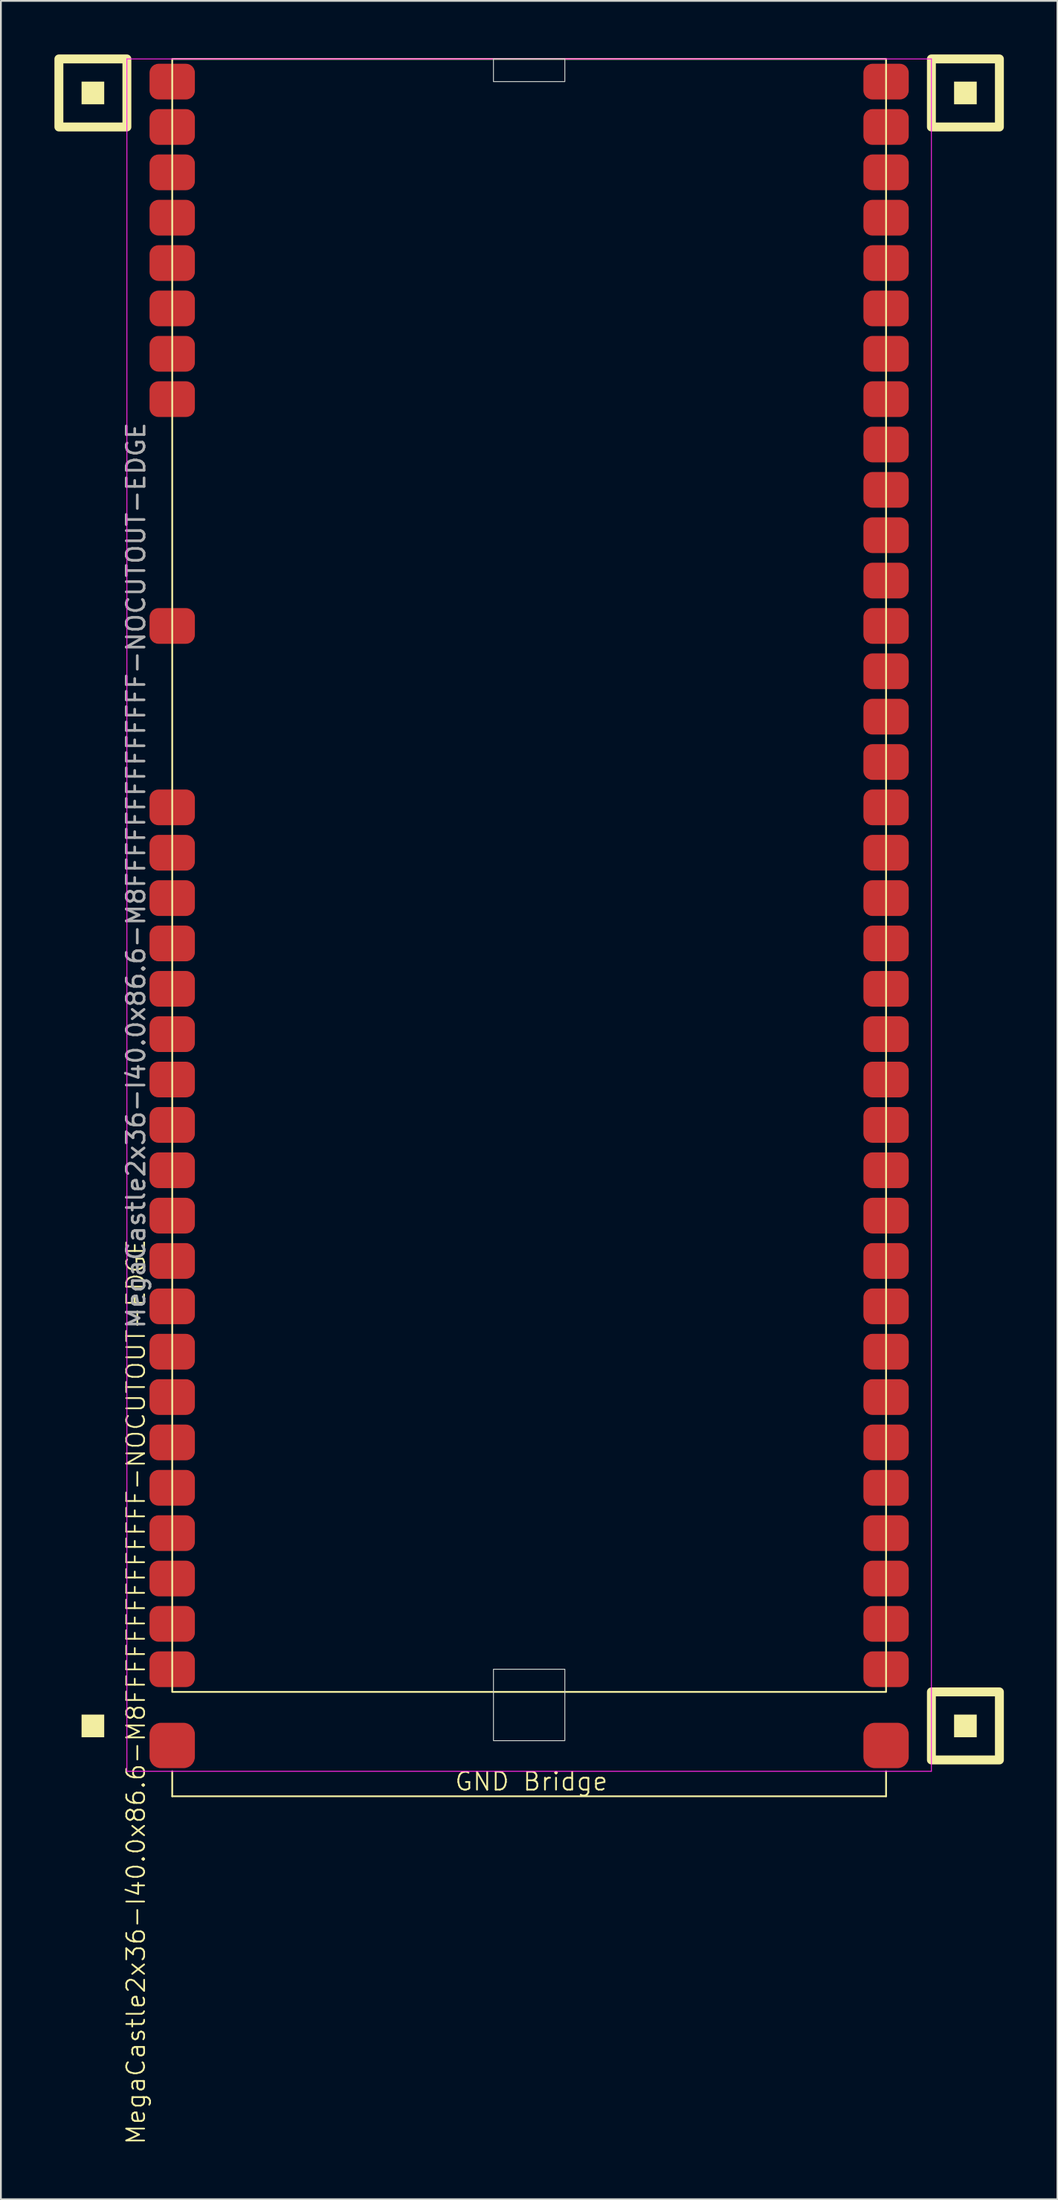
<source format=kicad_pcb>
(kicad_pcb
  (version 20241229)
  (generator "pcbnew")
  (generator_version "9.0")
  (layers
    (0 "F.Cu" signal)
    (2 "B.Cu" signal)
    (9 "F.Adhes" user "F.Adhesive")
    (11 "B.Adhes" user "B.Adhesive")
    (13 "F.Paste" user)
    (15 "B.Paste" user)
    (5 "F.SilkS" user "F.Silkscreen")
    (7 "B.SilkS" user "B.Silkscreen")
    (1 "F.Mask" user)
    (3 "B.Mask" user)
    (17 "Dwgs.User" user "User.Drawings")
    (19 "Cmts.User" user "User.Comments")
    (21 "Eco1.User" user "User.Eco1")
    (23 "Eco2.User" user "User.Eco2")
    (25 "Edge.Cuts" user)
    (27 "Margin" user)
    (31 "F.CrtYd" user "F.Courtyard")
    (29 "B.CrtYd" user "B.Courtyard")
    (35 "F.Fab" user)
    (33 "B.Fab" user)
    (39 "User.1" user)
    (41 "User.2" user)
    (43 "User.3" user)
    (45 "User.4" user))
  (footprint "MegaCastle2x36-I40.0x86.6-M8FFFFFFFFFFFFFF-NOCUTOUT-EDGE"
    (layer "F.Cu")
    (at 26.6 45.97)
    (property "Reference" "MegaCastle2x36-I40.0x86.6-M8FFFFFFFFFFFFFF-NOCUTOUT-EDGE" (at -22.032 45.72 90) (unlocked yes) (layer "F.SilkS") (effects (font (size 1 1) (thickness 0.1))))
    (attr smd)
    (fp_line (start -20 50.165) (end -20 51.565) (stroke (width 0.1) (type default)) (layer "F.SilkS"))
    (fp_line (start -20 51.565) (end 20 51.565) (stroke (width 0.1) (type default)) (layer "F.SilkS"))
    (fp_line (start 20 50.165) (end 20 51.565) (stroke (width 0.1) (type default)) (layer "F.SilkS"))
    (fp_rect (start -23.81 -43.18) (end -25.08 -44.45) (stroke (width 0) (type solid)) (fill yes) (layer "F.SilkS"))
    (fp_rect (start -23.81 48.26) (end -25.08 46.99) (stroke (width 0) (type solid)) (fill yes) (layer "F.SilkS"))
    (fp_rect (start -22.54 -41.91) (end -26.35 -45.72) (stroke (width 0.5) (type default)) (fill no) (layer "F.SilkS"))
    (fp_rect (start -20 -45.72) (end 20 45.72) (stroke (width 0.1) (type default)) (fill no) (layer "F.SilkS"))
    (fp_rect (start 25.08 -43.18) (end 23.81 -44.45) (stroke (width 0) (type solid)) (fill yes) (layer "F.SilkS"))
    (fp_rect (start 25.08 48.26) (end 23.81 46.99) (stroke (width 0) (type solid)) (fill yes) (layer "F.SilkS"))
    (fp_rect (start 26.35 -41.91) (end 22.54 -45.72) (stroke (width 0.5) (type default)) (fill no) (layer "F.SilkS"))
    (fp_rect (start 26.35 49.53) (end 22.54 45.72) (stroke (width 0.5) (type default)) (fill no) (layer "F.SilkS"))
    (fp_rect (start -2 -44.45) (end 2 -45.72) (stroke (width 0.05) (type default)) (fill no) (layer "Edge.Cuts"))
    (fp_rect (start -2 44.45) (end 2 48.45) (stroke (width 0.05) (type default)) (fill no) (layer "Edge.Cuts"))
    (fp_line (start -22.54 -45.72) (end -22.54 50.165) (stroke (width 0.05) (type default)) (layer "F.CrtYd"))
    (fp_line (start -22.54 50.165) (end 22.54 50.165) (stroke (width 0.05) (type default)) (layer "F.CrtYd"))
    (fp_line (start 22.54 -45.72) (end -22.54 -45.72) (stroke (width 0.05) (type default)) (layer "F.CrtYd"))
    (fp_line (start 22.54 -45.72) (end 22.54 50.165) (stroke (width 0.05) (type default)) (layer "F.CrtYd"))
    (fp_text user "GND Bridge" (at -4.226 51.32 0) (unlocked yes) (layer "F.SilkS") (effects (font (size 1 1) (thickness 0.1)) (justify left bottom)))
    (fp_text user "${REFERENCE}" (at -22.032 0 90) (unlocked yes) (layer "F.Fab") (effects (font (size 1 1) (thickness 0.15))))
    (pad "1" smd roundrect (at -20 -44.45) (size 2.54 2) (layers "F.Cu" "F.Mask" "F.Paste") (roundrect_rratio 0.25))
    (pad "2" smd roundrect (at -20 -41.91) (size 2.54 2) (layers "F.Cu" "F.Mask" "F.Paste") (roundrect_rratio 0.25))
    (pad "3" smd roundrect (at -20 -39.37) (size 2.54 2) (layers "F.Cu" "F.Mask" "F.Paste") (roundrect_rratio 0.25))
    (pad "4" smd roundrect (at -20 -36.83) (size 2.54 2) (layers "F.Cu" "F.Mask" "F.Paste") (roundrect_rratio 0.25))
    (pad "5" smd roundrect (at -20 -34.29) (size 2.54 2) (layers "F.Cu" "F.Mask" "F.Paste") (roundrect_rratio 0.25))
    (pad "6" smd roundrect (at -20 -31.75) (size 2.54 2) (layers "F.Cu" "F.Mask" "F.Paste") (roundrect_rratio 0.25))
    (pad "7" smd roundrect (at -20 -29.21) (size 2.54 2) (layers "F.Cu" "F.Mask" "F.Paste") (roundrect_rratio 0.25))
    (pad "8" smd roundrect (at -20 -26.67) (size 2.54 2) (layers "F.Cu" "F.Mask" "F.Paste") (roundrect_rratio 0.25))
    (pad "13" smd roundrect (at -20 -13.97) (size 2.54 2) (layers "F.Cu" "F.Mask" "F.Paste") (roundrect_rratio 0.25))
    (pad "17" smd roundrect (at -20 -3.81) (size 2.54 2) (layers "F.Cu" "F.Mask" "F.Paste") (roundrect_rratio 0.25))
    (pad "18" smd roundrect (at -20 -1.27) (size 2.54 2) (layers "F.Cu" "F.Mask" "F.Paste") (roundrect_rratio 0.25))
    (pad "19" smd roundrect (at -20 1.27) (size 2.54 2) (layers "F.Cu" "F.Mask" "F.Paste") (roundrect_rratio 0.25))
    (pad "20" smd roundrect (at -20 3.81) (size 2.54 2) (layers "F.Cu" "F.Mask" "F.Paste") (roundrect_rratio 0.25))
    (pad "21" smd roundrect (at -20 6.35) (size 2.54 2) (layers "F.Cu" "F.Mask" "F.Paste") (roundrect_rratio 0.25))
    (pad "22" smd roundrect (at -20 8.89) (size 2.54 2) (layers "F.Cu" "F.Mask" "F.Paste") (roundrect_rratio 0.25))
    (pad "23" smd roundrect (at -20 11.43) (size 2.54 2) (layers "F.Cu" "F.Mask" "F.Paste") (roundrect_rratio 0.25))
    (pad "24" smd roundrect (at -20 13.97) (size 2.54 2) (layers "F.Cu" "F.Mask" "F.Paste") (roundrect_rratio 0.25))
    (pad "25" smd roundrect (at -20 16.51) (size 2.54 2) (layers "F.Cu" "F.Mask" "F.Paste") (roundrect_rratio 0.25))
    (pad "26" smd roundrect (at -20 19.05) (size 2.54 2) (layers "F.Cu" "F.Mask" "F.Paste") (roundrect_rratio 0.25))
    (pad "27" smd roundrect (at -20 21.59) (size 2.54 2) (layers "F.Cu" "F.Mask" "F.Paste") (roundrect_rratio 0.25))
    (pad "28" smd roundrect (at -20 24.13) (size 2.54 2) (layers "F.Cu" "F.Mask" "F.Paste") (roundrect_rratio 0.25))
    (pad "29" smd roundrect (at -20 26.67) (size 2.54 2) (layers "F.Cu" "F.Mask" "F.Paste") (roundrect_rratio 0.25))
    (pad "30" smd roundrect (at -20 29.21) (size 2.54 2) (layers "F.Cu" "F.Mask" "F.Paste") (roundrect_rratio 0.25))
    (pad "31" smd roundrect (at -20 31.75) (size 2.54 2) (layers "F.Cu" "F.Mask" "F.Paste") (roundrect_rratio 0.25))
    (pad "32" smd roundrect (at -20 34.29) (size 2.54 2) (layers "F.Cu" "F.Mask" "F.Paste") (roundrect_rratio 0.25))
    (pad "33" smd roundrect (at -20 36.83) (size 2.54 2) (layers "F.Cu" "F.Mask" "F.Paste") (roundrect_rratio 0.25))
    (pad "34" smd roundrect (at -20 39.37) (size 2.54 2) (layers "F.Cu" "F.Mask" "F.Paste") (roundrect_rratio 0.25))
    (pad "35" smd roundrect (at -20 41.91) (size 2.54 2) (layers "F.Cu" "F.Mask" "F.Paste") (roundrect_rratio 0.25))
    (pad "36" smd roundrect (at -20 44.45) (size 2.54 2) (layers "F.Cu" "F.Mask" "F.Paste") (roundrect_rratio 0.25))
    (pad "37" smd roundrect (at 20 -44.45) (size 2.54 2) (layers "F.Cu" "F.Mask" "F.Paste") (roundrect_rratio 0.25))
    (pad "38" smd roundrect (at 20 -41.91) (size 2.54 2) (layers "F.Cu" "F.Mask" "F.Paste") (roundrect_rratio 0.25))
    (pad "39" smd roundrect (at 20 -39.37) (size 2.54 2) (layers "F.Cu" "F.Mask" "F.Paste") (roundrect_rratio 0.25))
    (pad "40" smd roundrect (at 20 -36.83) (size 2.54 2) (layers "F.Cu" "F.Mask" "F.Paste") (roundrect_rratio 0.25))
    (pad "41" smd roundrect (at 20 -34.29) (size 2.54 2) (layers "F.Cu" "F.Mask" "F.Paste") (roundrect_rratio 0.25))
    (pad "42" smd roundrect (at 20 -31.75) (size 2.54 2) (layers "F.Cu" "F.Mask" "F.Paste") (roundrect_rratio 0.25))
    (pad "43" smd roundrect (at 20 -29.21) (size 2.54 2) (layers "F.Cu" "F.Mask" "F.Paste") (roundrect_rratio 0.25))
    (pad "44" smd roundrect (at 20 -26.67) (size 2.54 2) (layers "F.Cu" "F.Mask" "F.Paste") (roundrect_rratio 0.25))
    (pad "45" smd roundrect (at 20 -24.13) (size 2.54 2) (layers "F.Cu" "F.Mask" "F.Paste") (roundrect_rratio 0.25))
    (pad "46" smd roundrect (at 20 -21.59) (size 2.54 2) (layers "F.Cu" "F.Mask" "F.Paste") (roundrect_rratio 0.25))
    (pad "47" smd roundrect (at 20 -19.05) (size 2.54 2) (layers "F.Cu" "F.Mask" "F.Paste") (roundrect_rratio 0.25))
    (pad "48" smd roundrect (at 20 -16.51) (size 2.54 2) (layers "F.Cu" "F.Mask" "F.Paste") (roundrect_rratio 0.25))
    (pad "49" smd roundrect (at 20 -13.97) (size 2.54 2) (layers "F.Cu" "F.Mask" "F.Paste") (roundrect_rratio 0.25))
    (pad "50" smd roundrect (at 20 -11.43) (size 2.54 2) (layers "F.Cu" "F.Mask" "F.Paste") (roundrect_rratio 0.25))
    (pad "51" smd roundrect (at 20 -8.89) (size 2.54 2) (layers "F.Cu" "F.Mask" "F.Paste") (roundrect_rratio 0.25))
    (pad "52" smd roundrect (at 20 -6.35) (size 2.54 2) (layers "F.Cu" "F.Mask" "F.Paste") (roundrect_rratio 0.25))
    (pad "53" smd roundrect (at 20 -3.81) (size 2.54 2) (layers "F.Cu" "F.Mask" "F.Paste") (roundrect_rratio 0.25))
    (pad "54" smd roundrect (at 20 -1.27) (size 2.54 2) (layers "F.Cu" "F.Mask" "F.Paste") (roundrect_rratio 0.25))
    (pad "55" smd roundrect (at 20 1.27) (size 2.54 2) (layers "F.Cu" "F.Mask" "F.Paste") (roundrect_rratio 0.25))
    (pad "56" smd roundrect (at 20 3.81) (size 2.54 2) (layers "F.Cu" "F.Mask" "F.Paste") (roundrect_rratio 0.25))
    (pad "57" smd roundrect (at 20 6.35) (size 2.54 2) (layers "F.Cu" "F.Mask" "F.Paste") (roundrect_rratio 0.25))
    (pad "58" smd roundrect (at 20 8.89) (size 2.54 2) (layers "F.Cu" "F.Mask" "F.Paste") (roundrect_rratio 0.25))
    (pad "59" smd roundrect (at 20 11.43) (size 2.54 2) (layers "F.Cu" "F.Mask" "F.Paste") (roundrect_rratio 0.25))
    (pad "60" smd roundrect (at 20 13.97) (size 2.54 2) (layers "F.Cu" "F.Mask" "F.Paste") (roundrect_rratio 0.25))
    (pad "61" smd roundrect (at 20 16.51) (size 2.54 2) (layers "F.Cu" "F.Mask" "F.Paste") (roundrect_rratio 0.25))
    (pad "62" smd roundrect (at 20 19.05) (size 2.54 2) (layers "F.Cu" "F.Mask" "F.Paste") (roundrect_rratio 0.25))
    (pad "63" smd roundrect (at 20 21.59) (size 2.54 2) (layers "F.Cu" "F.Mask" "F.Paste") (roundrect_rratio 0.25))
    (pad "64" smd roundrect (at 20 24.13) (size 2.54 2) (layers "F.Cu" "F.Mask" "F.Paste") (roundrect_rratio 0.25))
    (pad "65" smd roundrect (at 20 26.67) (size 2.54 2) (layers "F.Cu" "F.Mask" "F.Paste") (roundrect_rratio 0.25))
    (pad "66" smd roundrect (at 20 29.21) (size 2.54 2) (layers "F.Cu" "F.Mask" "F.Paste") (roundrect_rratio 0.25))
    (pad "67" smd roundrect (at 20 31.75) (size 2.54 2) (layers "F.Cu" "F.Mask" "F.Paste") (roundrect_rratio 0.25))
    (pad "68" smd roundrect (at 20 34.29) (size 2.54 2) (layers "F.Cu" "F.Mask" "F.Paste") (roundrect_rratio 0.25))
    (pad "69" smd roundrect (at 20 36.83) (size 2.54 2) (layers "F.Cu" "F.Mask" "F.Paste") (roundrect_rratio 0.25))
    (pad "70" smd roundrect (at 20 39.37) (size 2.54 2) (layers "F.Cu" "F.Mask" "F.Paste") (roundrect_rratio 0.25))
    (pad "71" smd roundrect (at 20 41.91) (size 2.54 2) (layers "F.Cu" "F.Mask" "F.Paste") (roundrect_rratio 0.25))
    (pad "72" smd roundrect (at 20 44.45) (size 2.54 2) (layers "F.Cu" "F.Mask" "F.Paste") (roundrect_rratio 0.25))
    (pad "B1" smd roundrect (at -20 48.72) (size 2.54 2.54) (layers "F.Cu" "F.Mask" "F.Paste") (roundrect_rratio 0.25))
    (pad "B2" smd roundrect (at 20 48.72) (size 2.54 2.54) (layers "F.Cu" "F.Mask" "F.Paste") (roundrect_rratio 0.25)))
  (gr_rect
    (start -3 -3)
    (end 56.2 120.097)
    (stroke (width 0.1) (type default))
    (fill no)
    (layer "Edge.Cuts")))
</source>
